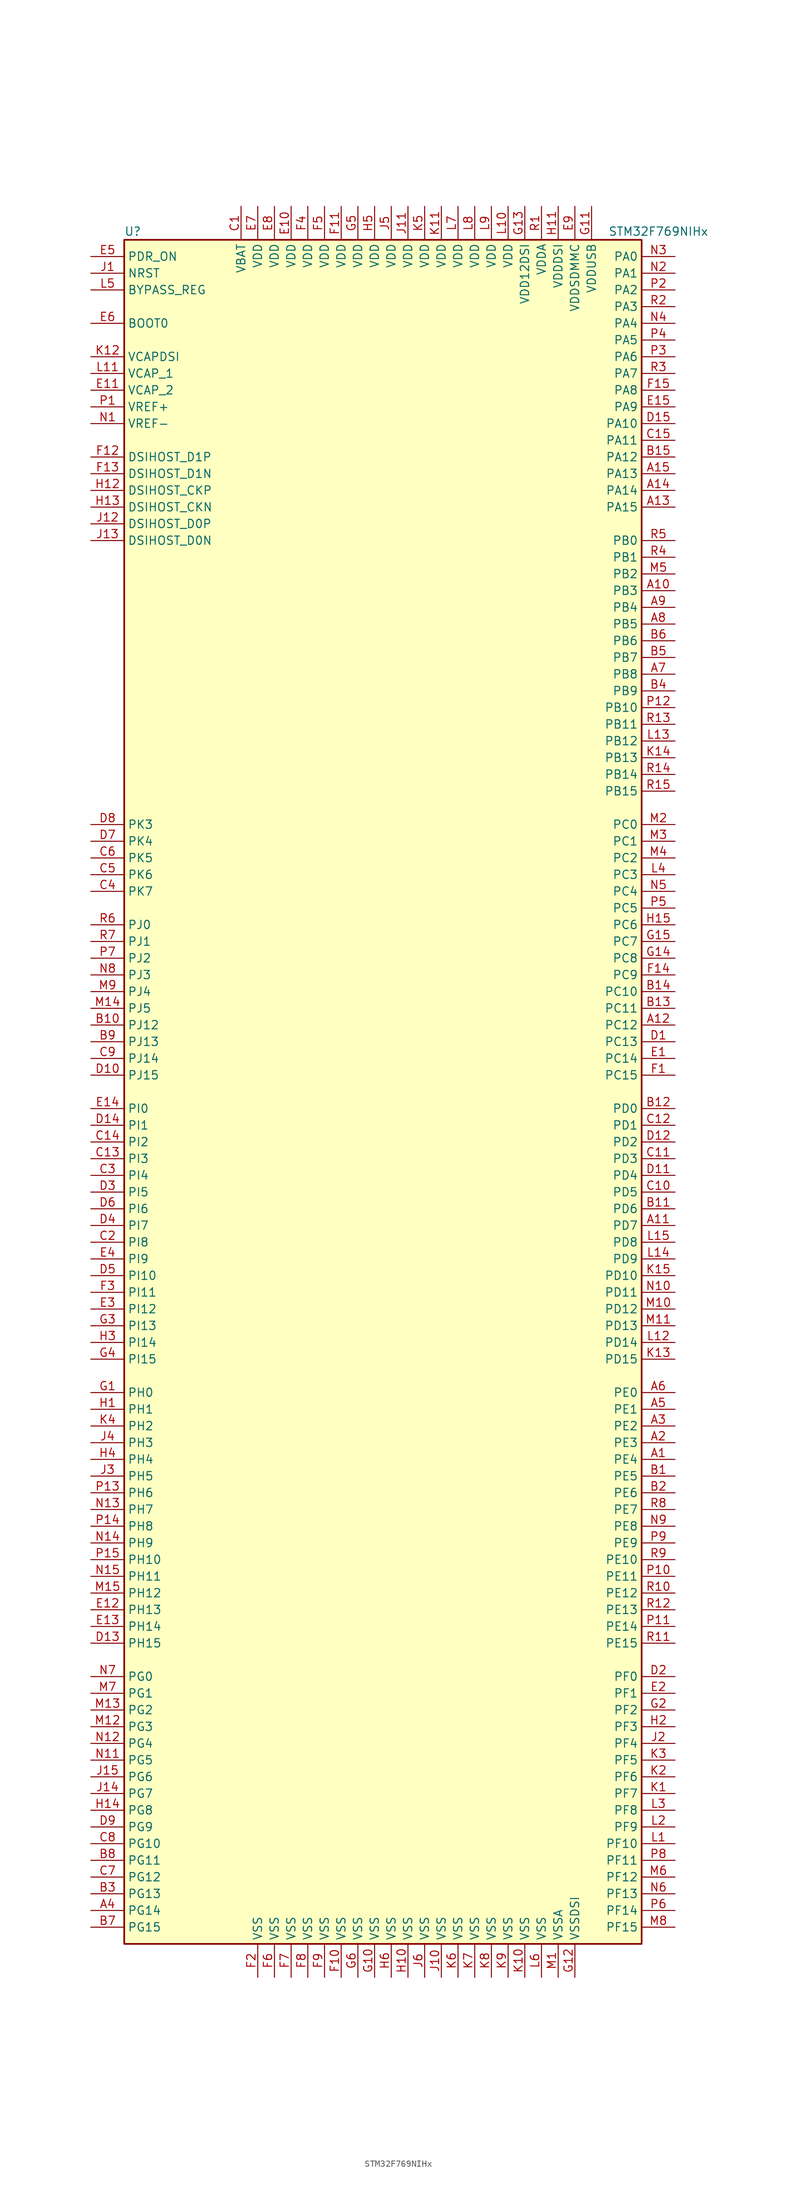
<source format=kicad_sym>
(kicad_symbol_lib
  (version 20201005)
  (generator kicad_symbol_editor)
  (symbol "STM32F769NIHx"
    (property "Reference" "U"
      (at -40.64 130.81 0)
      (effects (font (size 1.27 1.27)) (justify left)))
    (property "Value" "STM32F769NIHx"
      (at 33.02 130.81 0)
      (effects (font (size 1.27 1.27)) (justify left)))
    (symbol "STM32F769NIHx_0_1"
      (rectangle (start -40.64 -129.54) (end 38.1 129.54) (stroke (width 0.254)) (fill (type background))))
    (symbol "STM32F769NIHx_1_1"
      (pin input line (at -45.72 116.84 0) (length 5.08) (name "BOOT0" (effects (font (size 1.27 1.27)))) (number "E6" (effects (font (size 1.27 1.27)))))
      (pin input line (at -45.72 121.92 0) (length 5.08) (name "BYPASS_REG" (effects (font (size 1.27 1.27)))) (number "L5" (effects (font (size 1.27 1.27)))))
      (pin bidirectional line (at -45.72 88.9 0) (length 5.08) (name "DSIHOST_CKN" (effects (font (size 1.27 1.27)))) (number "H13" (effects (font (size 1.27 1.27)))))
      (pin bidirectional line (at -45.72 91.44 0) (length 5.08) (name "DSIHOST_CKP" (effects (font (size 1.27 1.27)))) (number "H12" (effects (font (size 1.27 1.27)))))
      (pin bidirectional line (at -45.72 83.82 0) (length 5.08) (name "DSIHOST_D0N" (effects (font (size 1.27 1.27)))) (number "J13" (effects (font (size 1.27 1.27)))))
      (pin bidirectional line (at -45.72 86.36 0) (length 5.08) (name "DSIHOST_D0P" (effects (font (size 1.27 1.27)))) (number "J12" (effects (font (size 1.27 1.27)))))
      (pin bidirectional line (at -45.72 93.98 0) (length 5.08) (name "DSIHOST_D1N" (effects (font (size 1.27 1.27)))) (number "F13" (effects (font (size 1.27 1.27)))))
      (pin bidirectional line (at -45.72 96.52 0) (length 5.08) (name "DSIHOST_D1P" (effects (font (size 1.27 1.27)))) (number "F12" (effects (font (size 1.27 1.27)))))
      (pin input line (at -45.72 124.46 0) (length 5.08) (name "NRST" (effects (font (size 1.27 1.27)))) (number "J1" (effects (font (size 1.27 1.27)))))
      (pin bidirectional line (at 43.18 127 180) (length 5.08) (name "PA0" (effects (font (size 1.27 1.27)))) (number "N3" (effects (font (size 1.27 1.27)))))
      (pin bidirectional line (at 43.18 124.46 180) (length 5.08) (name "PA1" (effects (font (size 1.27 1.27)))) (number "N2" (effects (font (size 1.27 1.27)))))
      (pin bidirectional line (at 43.18 101.6 180) (length 5.08) (name "PA10" (effects (font (size 1.27 1.27)))) (number "D15" (effects (font (size 1.27 1.27)))))
      (pin bidirectional line (at 43.18 99.06 180) (length 5.08) (name "PA11" (effects (font (size 1.27 1.27)))) (number "C15" (effects (font (size 1.27 1.27)))))
      (pin bidirectional line (at 43.18 96.52 180) (length 5.08) (name "PA12" (effects (font (size 1.27 1.27)))) (number "B15" (effects (font (size 1.27 1.27)))))
      (pin bidirectional line (at 43.18 93.98 180) (length 5.08) (name "PA13" (effects (font (size 1.27 1.27)))) (number "A15" (effects (font (size 1.27 1.27)))))
      (pin bidirectional line (at 43.18 91.44 180) (length 5.08) (name "PA14" (effects (font (size 1.27 1.27)))) (number "A14" (effects (font (size 1.27 1.27)))))
      (pin bidirectional line (at 43.18 88.9 180) (length 5.08) (name "PA15" (effects (font (size 1.27 1.27)))) (number "A13" (effects (font (size 1.27 1.27)))))
      (pin bidirectional line (at 43.18 121.92 180) (length 5.08) (name "PA2" (effects (font (size 1.27 1.27)))) (number "P2" (effects (font (size 1.27 1.27)))))
      (pin bidirectional line (at 43.18 119.38 180) (length 5.08) (name "PA3" (effects (font (size 1.27 1.27)))) (number "R2" (effects (font (size 1.27 1.27)))))
      (pin bidirectional line (at 43.18 116.84 180) (length 5.08) (name "PA4" (effects (font (size 1.27 1.27)))) (number "N4" (effects (font (size 1.27 1.27)))))
      (pin bidirectional line (at 43.18 114.3 180) (length 5.08) (name "PA5" (effects (font (size 1.27 1.27)))) (number "P4" (effects (font (size 1.27 1.27)))))
      (pin bidirectional line (at 43.18 111.76 180) (length 5.08) (name "PA6" (effects (font (size 1.27 1.27)))) (number "P3" (effects (font (size 1.27 1.27)))))
      (pin bidirectional line (at 43.18 109.22 180) (length 5.08) (name "PA7" (effects (font (size 1.27 1.27)))) (number "R3" (effects (font (size 1.27 1.27)))))
      (pin bidirectional line (at 43.18 106.68 180) (length 5.08) (name "PA8" (effects (font (size 1.27 1.27)))) (number "F15" (effects (font (size 1.27 1.27)))))
      (pin bidirectional line (at 43.18 104.14 180) (length 5.08) (name "PA9" (effects (font (size 1.27 1.27)))) (number "E15" (effects (font (size 1.27 1.27)))))
      (pin bidirectional line (at 43.18 83.82 180) (length 5.08) (name "PB0" (effects (font (size 1.27 1.27)))) (number "R5" (effects (font (size 1.27 1.27)))))
      (pin bidirectional line (at 43.18 81.28 180) (length 5.08) (name "PB1" (effects (font (size 1.27 1.27)))) (number "R4" (effects (font (size 1.27 1.27)))))
      (pin bidirectional line (at 43.18 58.42 180) (length 5.08) (name "PB10" (effects (font (size 1.27 1.27)))) (number "P12" (effects (font (size 1.27 1.27)))))
      (pin bidirectional line (at 43.18 55.88 180) (length 5.08) (name "PB11" (effects (font (size 1.27 1.27)))) (number "R13" (effects (font (size 1.27 1.27)))))
      (pin bidirectional line (at 43.18 53.34 180) (length 5.08) (name "PB12" (effects (font (size 1.27 1.27)))) (number "L13" (effects (font (size 1.27 1.27)))))
      (pin bidirectional line (at 43.18 50.8 180) (length 5.08) (name "PB13" (effects (font (size 1.27 1.27)))) (number "K14" (effects (font (size 1.27 1.27)))))
      (pin bidirectional line (at 43.18 48.26 180) (length 5.08) (name "PB14" (effects (font (size 1.27 1.27)))) (number "R14" (effects (font (size 1.27 1.27)))))
      (pin bidirectional line (at 43.18 45.72 180) (length 5.08) (name "PB15" (effects (font (size 1.27 1.27)))) (number "R15" (effects (font (size 1.27 1.27)))))
      (pin bidirectional line (at 43.18 78.74 180) (length 5.08) (name "PB2" (effects (font (size 1.27 1.27)))) (number "M5" (effects (font (size 1.27 1.27)))))
      (pin bidirectional line (at 43.18 76.2 180) (length 5.08) (name "PB3" (effects (font (size 1.27 1.27)))) (number "A10" (effects (font (size 1.27 1.27)))))
      (pin bidirectional line (at 43.18 73.66 180) (length 5.08) (name "PB4" (effects (font (size 1.27 1.27)))) (number "A9" (effects (font (size 1.27 1.27)))))
      (pin bidirectional line (at 43.18 71.12 180) (length 5.08) (name "PB5" (effects (font (size 1.27 1.27)))) (number "A8" (effects (font (size 1.27 1.27)))))
      (pin bidirectional line (at 43.18 68.58 180) (length 5.08) (name "PB6" (effects (font (size 1.27 1.27)))) (number "B6" (effects (font (size 1.27 1.27)))))
      (pin bidirectional line (at 43.18 66.04 180) (length 5.08) (name "PB7" (effects (font (size 1.27 1.27)))) (number "B5" (effects (font (size 1.27 1.27)))))
      (pin bidirectional line (at 43.18 63.5 180) (length 5.08) (name "PB8" (effects (font (size 1.27 1.27)))) (number "A7" (effects (font (size 1.27 1.27)))))
      (pin bidirectional line (at 43.18 60.96 180) (length 5.08) (name "PB9" (effects (font (size 1.27 1.27)))) (number "B4" (effects (font (size 1.27 1.27)))))
      (pin bidirectional line (at 43.18 40.64 180) (length 5.08) (name "PC0" (effects (font (size 1.27 1.27)))) (number "M2" (effects (font (size 1.27 1.27)))))
      (pin bidirectional line (at 43.18 38.1 180) (length 5.08) (name "PC1" (effects (font (size 1.27 1.27)))) (number "M3" (effects (font (size 1.27 1.27)))))
      (pin bidirectional line (at 43.18 15.24 180) (length 5.08) (name "PC10" (effects (font (size 1.27 1.27)))) (number "B14" (effects (font (size 1.27 1.27)))))
      (pin bidirectional line (at 43.18 12.7 180) (length 5.08) (name "PC11" (effects (font (size 1.27 1.27)))) (number "B13" (effects (font (size 1.27 1.27)))))
      (pin bidirectional line (at 43.18 10.16 180) (length 5.08) (name "PC12" (effects (font (size 1.27 1.27)))) (number "A12" (effects (font (size 1.27 1.27)))))
      (pin bidirectional line (at 43.18 7.62 180) (length 5.08) (name "PC13" (effects (font (size 1.27 1.27)))) (number "D1" (effects (font (size 1.27 1.27)))))
      (pin bidirectional line (at 43.18 5.08 180) (length 5.08) (name "PC14" (effects (font (size 1.27 1.27)))) (number "E1" (effects (font (size 1.27 1.27)))))
      (pin bidirectional line (at 43.18 2.54 180) (length 5.08) (name "PC15" (effects (font (size 1.27 1.27)))) (number "F1" (effects (font (size 1.27 1.27)))))
      (pin bidirectional line (at 43.18 35.56 180) (length 5.08) (name "PC2" (effects (font (size 1.27 1.27)))) (number "M4" (effects (font (size 1.27 1.27)))))
      (pin bidirectional line (at 43.18 33.02 180) (length 5.08) (name "PC3" (effects (font (size 1.27 1.27)))) (number "L4" (effects (font (size 1.27 1.27)))))
      (pin bidirectional line (at 43.18 30.48 180) (length 5.08) (name "PC4" (effects (font (size 1.27 1.27)))) (number "N5" (effects (font (size 1.27 1.27)))))
      (pin bidirectional line (at 43.18 27.94 180) (length 5.08) (name "PC5" (effects (font (size 1.27 1.27)))) (number "P5" (effects (font (size 1.27 1.27)))))
      (pin bidirectional line (at 43.18 25.4 180) (length 5.08) (name "PC6" (effects (font (size 1.27 1.27)))) (number "H15" (effects (font (size 1.27 1.27)))))
      (pin bidirectional line (at 43.18 22.86 180) (length 5.08) (name "PC7" (effects (font (size 1.27 1.27)))) (number "G15" (effects (font (size 1.27 1.27)))))
      (pin bidirectional line (at 43.18 20.32 180) (length 5.08) (name "PC8" (effects (font (size 1.27 1.27)))) (number "G14" (effects (font (size 1.27 1.27)))))
      (pin bidirectional line (at 43.18 17.78 180) (length 5.08) (name "PC9" (effects (font (size 1.27 1.27)))) (number "F14" (effects (font (size 1.27 1.27)))))
      (pin bidirectional line (at 43.18 -2.54 180) (length 5.08) (name "PD0" (effects (font (size 1.27 1.27)))) (number "B12" (effects (font (size 1.27 1.27)))))
      (pin bidirectional line (at 43.18 -5.08 180) (length 5.08) (name "PD1" (effects (font (size 1.27 1.27)))) (number "C12" (effects (font (size 1.27 1.27)))))
      (pin bidirectional line (at 43.18 -27.94 180) (length 5.08) (name "PD10" (effects (font (size 1.27 1.27)))) (number "K15" (effects (font (size 1.27 1.27)))))
      (pin bidirectional line (at 43.18 -30.48 180) (length 5.08) (name "PD11" (effects (font (size 1.27 1.27)))) (number "N10" (effects (font (size 1.27 1.27)))))
      (pin bidirectional line (at 43.18 -33.02 180) (length 5.08) (name "PD12" (effects (font (size 1.27 1.27)))) (number "M10" (effects (font (size 1.27 1.27)))))
      (pin bidirectional line (at 43.18 -35.56 180) (length 5.08) (name "PD13" (effects (font (size 1.27 1.27)))) (number "M11" (effects (font (size 1.27 1.27)))))
      (pin bidirectional line (at 43.18 -38.1 180) (length 5.08) (name "PD14" (effects (font (size 1.27 1.27)))) (number "L12" (effects (font (size 1.27 1.27)))))
      (pin bidirectional line (at 43.18 -40.64 180) (length 5.08) (name "PD15" (effects (font (size 1.27 1.27)))) (number "K13" (effects (font (size 1.27 1.27)))))
      (pin bidirectional line (at 43.18 -7.62 180) (length 5.08) (name "PD2" (effects (font (size 1.27 1.27)))) (number "D12" (effects (font (size 1.27 1.27)))))
      (pin bidirectional line (at 43.18 -10.16 180) (length 5.08) (name "PD3" (effects (font (size 1.27 1.27)))) (number "C11" (effects (font (size 1.27 1.27)))))
      (pin bidirectional line (at 43.18 -12.7 180) (length 5.08) (name "PD4" (effects (font (size 1.27 1.27)))) (number "D11" (effects (font (size 1.27 1.27)))))
      (pin bidirectional line (at 43.18 -15.24 180) (length 5.08) (name "PD5" (effects (font (size 1.27 1.27)))) (number "C10" (effects (font (size 1.27 1.27)))))
      (pin bidirectional line (at 43.18 -17.78 180) (length 5.08) (name "PD6" (effects (font (size 1.27 1.27)))) (number "B11" (effects (font (size 1.27 1.27)))))
      (pin bidirectional line (at 43.18 -20.32 180) (length 5.08) (name "PD7" (effects (font (size 1.27 1.27)))) (number "A11" (effects (font (size 1.27 1.27)))))
      (pin bidirectional line (at 43.18 -22.86 180) (length 5.08) (name "PD8" (effects (font (size 1.27 1.27)))) (number "L15" (effects (font (size 1.27 1.27)))))
      (pin bidirectional line (at 43.18 -25.4 180) (length 5.08) (name "PD9" (effects (font (size 1.27 1.27)))) (number "L14" (effects (font (size 1.27 1.27)))))
      (pin input line (at -45.72 127 0) (length 5.08) (name "PDR_ON" (effects (font (size 1.27 1.27)))) (number "E5" (effects (font (size 1.27 1.27)))))
      (pin bidirectional line (at 43.18 -45.72 180) (length 5.08) (name "PE0" (effects (font (size 1.27 1.27)))) (number "A6" (effects (font (size 1.27 1.27)))))
      (pin bidirectional line (at 43.18 -48.26 180) (length 5.08) (name "PE1" (effects (font (size 1.27 1.27)))) (number "A5" (effects (font (size 1.27 1.27)))))
      (pin bidirectional line (at 43.18 -71.12 180) (length 5.08) (name "PE10" (effects (font (size 1.27 1.27)))) (number "R9" (effects (font (size 1.27 1.27)))))
      (pin bidirectional line (at 43.18 -73.66 180) (length 5.08) (name "PE11" (effects (font (size 1.27 1.27)))) (number "P10" (effects (font (size 1.27 1.27)))))
      (pin bidirectional line (at 43.18 -76.2 180) (length 5.08) (name "PE12" (effects (font (size 1.27 1.27)))) (number "R10" (effects (font (size 1.27 1.27)))))
      (pin bidirectional line (at 43.18 -78.74 180) (length 5.08) (name "PE13" (effects (font (size 1.27 1.27)))) (number "R12" (effects (font (size 1.27 1.27)))))
      (pin bidirectional line (at 43.18 -81.28 180) (length 5.08) (name "PE14" (effects (font (size 1.27 1.27)))) (number "P11" (effects (font (size 1.27 1.27)))))
      (pin bidirectional line (at 43.18 -83.82 180) (length 5.08) (name "PE15" (effects (font (size 1.27 1.27)))) (number "R11" (effects (font (size 1.27 1.27)))))
      (pin bidirectional line (at 43.18 -50.8 180) (length 5.08) (name "PE2" (effects (font (size 1.27 1.27)))) (number "A3" (effects (font (size 1.27 1.27)))))
      (pin bidirectional line (at 43.18 -53.34 180) (length 5.08) (name "PE3" (effects (font (size 1.27 1.27)))) (number "A2" (effects (font (size 1.27 1.27)))))
      (pin bidirectional line (at 43.18 -55.88 180) (length 5.08) (name "PE4" (effects (font (size 1.27 1.27)))) (number "A1" (effects (font (size 1.27 1.27)))))
      (pin bidirectional line (at 43.18 -58.42 180) (length 5.08) (name "PE5" (effects (font (size 1.27 1.27)))) (number "B1" (effects (font (size 1.27 1.27)))))
      (pin bidirectional line (at 43.18 -60.96 180) (length 5.08) (name "PE6" (effects (font (size 1.27 1.27)))) (number "B2" (effects (font (size 1.27 1.27)))))
      (pin bidirectional line (at 43.18 -63.5 180) (length 5.08) (name "PE7" (effects (font (size 1.27 1.27)))) (number "R8" (effects (font (size 1.27 1.27)))))
      (pin bidirectional line (at 43.18 -66.04 180) (length 5.08) (name "PE8" (effects (font (size 1.27 1.27)))) (number "N9" (effects (font (size 1.27 1.27)))))
      (pin bidirectional line (at 43.18 -68.58 180) (length 5.08) (name "PE9" (effects (font (size 1.27 1.27)))) (number "P9" (effects (font (size 1.27 1.27)))))
      (pin bidirectional line (at 43.18 -88.9 180) (length 5.08) (name "PF0" (effects (font (size 1.27 1.27)))) (number "D2" (effects (font (size 1.27 1.27)))))
      (pin bidirectional line (at 43.18 -91.44 180) (length 5.08) (name "PF1" (effects (font (size 1.27 1.27)))) (number "E2" (effects (font (size 1.27 1.27)))))
      (pin bidirectional line (at 43.18 -114.3 180) (length 5.08) (name "PF10" (effects (font (size 1.27 1.27)))) (number "L1" (effects (font (size 1.27 1.27)))))
      (pin bidirectional line (at 43.18 -116.84 180) (length 5.08) (name "PF11" (effects (font (size 1.27 1.27)))) (number "P8" (effects (font (size 1.27 1.27)))))
      (pin bidirectional line (at 43.18 -119.38 180) (length 5.08) (name "PF12" (effects (font (size 1.27 1.27)))) (number "M6" (effects (font (size 1.27 1.27)))))
      (pin bidirectional line (at 43.18 -121.92 180) (length 5.08) (name "PF13" (effects (font (size 1.27 1.27)))) (number "N6" (effects (font (size 1.27 1.27)))))
      (pin bidirectional line (at 43.18 -124.46 180) (length 5.08) (name "PF14" (effects (font (size 1.27 1.27)))) (number "P6" (effects (font (size 1.27 1.27)))))
      (pin bidirectional line (at 43.18 -127 180) (length 5.08) (name "PF15" (effects (font (size 1.27 1.27)))) (number "M8" (effects (font (size 1.27 1.27)))))
      (pin bidirectional line (at 43.18 -93.98 180) (length 5.08) (name "PF2" (effects (font (size 1.27 1.27)))) (number "G2" (effects (font (size 1.27 1.27)))))
      (pin bidirectional line (at 43.18 -96.52 180) (length 5.08) (name "PF3" (effects (font (size 1.27 1.27)))) (number "H2" (effects (font (size 1.27 1.27)))))
      (pin bidirectional line (at 43.18 -99.06 180) (length 5.08) (name "PF4" (effects (font (size 1.27 1.27)))) (number "J2" (effects (font (size 1.27 1.27)))))
      (pin bidirectional line (at 43.18 -101.6 180) (length 5.08) (name "PF5" (effects (font (size 1.27 1.27)))) (number "K3" (effects (font (size 1.27 1.27)))))
      (pin bidirectional line (at 43.18 -104.14 180) (length 5.08) (name "PF6" (effects (font (size 1.27 1.27)))) (number "K2" (effects (font (size 1.27 1.27)))))
      (pin bidirectional line (at 43.18 -106.68 180) (length 5.08) (name "PF7" (effects (font (size 1.27 1.27)))) (number "K1" (effects (font (size 1.27 1.27)))))
      (pin bidirectional line (at 43.18 -109.22 180) (length 5.08) (name "PF8" (effects (font (size 1.27 1.27)))) (number "L3" (effects (font (size 1.27 1.27)))))
      (pin bidirectional line (at 43.18 -111.76 180) (length 5.08) (name "PF9" (effects (font (size 1.27 1.27)))) (number "L2" (effects (font (size 1.27 1.27)))))
      (pin bidirectional line (at -45.72 -88.9 0) (length 5.08) (name "PG0" (effects (font (size 1.27 1.27)))) (number "N7" (effects (font (size 1.27 1.27)))))
      (pin bidirectional line (at -45.72 -91.44 0) (length 5.08) (name "PG1" (effects (font (size 1.27 1.27)))) (number "M7" (effects (font (size 1.27 1.27)))))
      (pin bidirectional line (at -45.72 -114.3 0) (length 5.08) (name "PG10" (effects (font (size 1.27 1.27)))) (number "C8" (effects (font (size 1.27 1.27)))))
      (pin bidirectional line (at -45.72 -116.84 0) (length 5.08) (name "PG11" (effects (font (size 1.27 1.27)))) (number "B8" (effects (font (size 1.27 1.27)))))
      (pin bidirectional line (at -45.72 -119.38 0) (length 5.08) (name "PG12" (effects (font (size 1.27 1.27)))) (number "C7" (effects (font (size 1.27 1.27)))))
      (pin bidirectional line (at -45.72 -121.92 0) (length 5.08) (name "PG13" (effects (font (size 1.27 1.27)))) (number "B3" (effects (font (size 1.27 1.27)))))
      (pin bidirectional line (at -45.72 -124.46 0) (length 5.08) (name "PG14" (effects (font (size 1.27 1.27)))) (number "A4" (effects (font (size 1.27 1.27)))))
      (pin bidirectional line (at -45.72 -127 0) (length 5.08) (name "PG15" (effects (font (size 1.27 1.27)))) (number "B7" (effects (font (size 1.27 1.27)))))
      (pin bidirectional line (at -45.72 -93.98 0) (length 5.08) (name "PG2" (effects (font (size 1.27 1.27)))) (number "M13" (effects (font (size 1.27 1.27)))))
      (pin bidirectional line (at -45.72 -96.52 0) (length 5.08) (name "PG3" (effects (font (size 1.27 1.27)))) (number "M12" (effects (font (size 1.27 1.27)))))
      (pin bidirectional line (at -45.72 -99.06 0) (length 5.08) (name "PG4" (effects (font (size 1.27 1.27)))) (number "N12" (effects (font (size 1.27 1.27)))))
      (pin bidirectional line (at -45.72 -101.6 0) (length 5.08) (name "PG5" (effects (font (size 1.27 1.27)))) (number "N11" (effects (font (size 1.27 1.27)))))
      (pin bidirectional line (at -45.72 -104.14 0) (length 5.08) (name "PG6" (effects (font (size 1.27 1.27)))) (number "J15" (effects (font (size 1.27 1.27)))))
      (pin bidirectional line (at -45.72 -106.68 0) (length 5.08) (name "PG7" (effects (font (size 1.27 1.27)))) (number "J14" (effects (font (size 1.27 1.27)))))
      (pin bidirectional line (at -45.72 -109.22 0) (length 5.08) (name "PG8" (effects (font (size 1.27 1.27)))) (number "H14" (effects (font (size 1.27 1.27)))))
      (pin bidirectional line (at -45.72 -111.76 0) (length 5.08) (name "PG9" (effects (font (size 1.27 1.27)))) (number "D9" (effects (font (size 1.27 1.27)))))
      (pin input line (at -45.72 -45.72 0) (length 5.08) (name "PH0" (effects (font (size 1.27 1.27)))) (number "G1" (effects (font (size 1.27 1.27)))))
      (pin input line (at -45.72 -48.26 0) (length 5.08) (name "PH1" (effects (font (size 1.27 1.27)))) (number "H1" (effects (font (size 1.27 1.27)))))
      (pin bidirectional line (at -45.72 -71.12 0) (length 5.08) (name "PH10" (effects (font (size 1.27 1.27)))) (number "P15" (effects (font (size 1.27 1.27)))))
      (pin bidirectional line (at -45.72 -73.66 0) (length 5.08) (name "PH11" (effects (font (size 1.27 1.27)))) (number "N15" (effects (font (size 1.27 1.27)))))
      (pin bidirectional line (at -45.72 -76.2 0) (length 5.08) (name "PH12" (effects (font (size 1.27 1.27)))) (number "M15" (effects (font (size 1.27 1.27)))))
      (pin bidirectional line (at -45.72 -78.74 0) (length 5.08) (name "PH13" (effects (font (size 1.27 1.27)))) (number "E12" (effects (font (size 1.27 1.27)))))
      (pin bidirectional line (at -45.72 -81.28 0) (length 5.08) (name "PH14" (effects (font (size 1.27 1.27)))) (number "E13" (effects (font (size 1.27 1.27)))))
      (pin bidirectional line (at -45.72 -83.82 0) (length 5.08) (name "PH15" (effects (font (size 1.27 1.27)))) (number "D13" (effects (font (size 1.27 1.27)))))
      (pin bidirectional line (at -45.72 -50.8 0) (length 5.08) (name "PH2" (effects (font (size 1.27 1.27)))) (number "K4" (effects (font (size 1.27 1.27)))))
      (pin bidirectional line (at -45.72 -53.34 0) (length 5.08) (name "PH3" (effects (font (size 1.27 1.27)))) (number "J4" (effects (font (size 1.27 1.27)))))
      (pin bidirectional line (at -45.72 -55.88 0) (length 5.08) (name "PH4" (effects (font (size 1.27 1.27)))) (number "H4" (effects (font (size 1.27 1.27)))))
      (pin bidirectional line (at -45.72 -58.42 0) (length 5.08) (name "PH5" (effects (font (size 1.27 1.27)))) (number "J3" (effects (font (size 1.27 1.27)))))
      (pin bidirectional line (at -45.72 -60.96 0) (length 5.08) (name "PH6" (effects (font (size 1.27 1.27)))) (number "P13" (effects (font (size 1.27 1.27)))))
      (pin bidirectional line (at -45.72 -63.5 0) (length 5.08) (name "PH7" (effects (font (size 1.27 1.27)))) (number "N13" (effects (font (size 1.27 1.27)))))
      (pin bidirectional line (at -45.72 -66.04 0) (length 5.08) (name "PH8" (effects (font (size 1.27 1.27)))) (number "P14" (effects (font (size 1.27 1.27)))))
      (pin bidirectional line (at -45.72 -68.58 0) (length 5.08) (name "PH9" (effects (font (size 1.27 1.27)))) (number "N14" (effects (font (size 1.27 1.27)))))
      (pin bidirectional line (at -45.72 -2.54 0) (length 5.08) (name "PI0" (effects (font (size 1.27 1.27)))) (number "E14" (effects (font (size 1.27 1.27)))))
      (pin bidirectional line (at -45.72 -5.08 0) (length 5.08) (name "PI1" (effects (font (size 1.27 1.27)))) (number "D14" (effects (font (size 1.27 1.27)))))
      (pin bidirectional line (at -45.72 -27.94 0) (length 5.08) (name "PI10" (effects (font (size 1.27 1.27)))) (number "D5" (effects (font (size 1.27 1.27)))))
      (pin bidirectional line (at -45.72 -30.48 0) (length 5.08) (name "PI11" (effects (font (size 1.27 1.27)))) (number "F3" (effects (font (size 1.27 1.27)))))
      (pin bidirectional line (at -45.72 -33.02 0) (length 5.08) (name "PI12" (effects (font (size 1.27 1.27)))) (number "E3" (effects (font (size 1.27 1.27)))))
      (pin bidirectional line (at -45.72 -35.56 0) (length 5.08) (name "PI13" (effects (font (size 1.27 1.27)))) (number "G3" (effects (font (size 1.27 1.27)))))
      (pin bidirectional line (at -45.72 -38.1 0) (length 5.08) (name "PI14" (effects (font (size 1.27 1.27)))) (number "H3" (effects (font (size 1.27 1.27)))))
      (pin bidirectional line (at -45.72 -40.64 0) (length 5.08) (name "PI15" (effects (font (size 1.27 1.27)))) (number "G4" (effects (font (size 1.27 1.27)))))
      (pin bidirectional line (at -45.72 -7.62 0) (length 5.08) (name "PI2" (effects (font (size 1.27 1.27)))) (number "C14" (effects (font (size 1.27 1.27)))))
      (pin bidirectional line (at -45.72 -10.16 0) (length 5.08) (name "PI3" (effects (font (size 1.27 1.27)))) (number "C13" (effects (font (size 1.27 1.27)))))
      (pin bidirectional line (at -45.72 -12.7 0) (length 5.08) (name "PI4" (effects (font (size 1.27 1.27)))) (number "C3" (effects (font (size 1.27 1.27)))))
      (pin bidirectional line (at -45.72 -15.24 0) (length 5.08) (name "PI5" (effects (font (size 1.27 1.27)))) (number "D3" (effects (font (size 1.27 1.27)))))
      (pin bidirectional line (at -45.72 -17.78 0) (length 5.08) (name "PI6" (effects (font (size 1.27 1.27)))) (number "D6" (effects (font (size 1.27 1.27)))))
      (pin bidirectional line (at -45.72 -20.32 0) (length 5.08) (name "PI7" (effects (font (size 1.27 1.27)))) (number "D4" (effects (font (size 1.27 1.27)))))
      (pin bidirectional line (at -45.72 -22.86 0) (length 5.08) (name "PI8" (effects (font (size 1.27 1.27)))) (number "C2" (effects (font (size 1.27 1.27)))))
      (pin bidirectional line (at -45.72 -25.4 0) (length 5.08) (name "PI9" (effects (font (size 1.27 1.27)))) (number "E4" (effects (font (size 1.27 1.27)))))
      (pin bidirectional line (at -45.72 25.4 0) (length 5.08) (name "PJ0" (effects (font (size 1.27 1.27)))) (number "R6" (effects (font (size 1.27 1.27)))))
      (pin bidirectional line (at -45.72 22.86 0) (length 5.08) (name "PJ1" (effects (font (size 1.27 1.27)))) (number "R7" (effects (font (size 1.27 1.27)))))
      (pin bidirectional line (at -45.72 10.16 0) (length 5.08) (name "PJ12" (effects (font (size 1.27 1.27)))) (number "B10" (effects (font (size 1.27 1.27)))))
      (pin bidirectional line (at -45.72 7.62 0) (length 5.08) (name "PJ13" (effects (font (size 1.27 1.27)))) (number "B9" (effects (font (size 1.27 1.27)))))
      (pin bidirectional line (at -45.72 5.08 0) (length 5.08) (name "PJ14" (effects (font (size 1.27 1.27)))) (number "C9" (effects (font (size 1.27 1.27)))))
      (pin bidirectional line (at -45.72 2.54 0) (length 5.08) (name "PJ15" (effects (font (size 1.27 1.27)))) (number "D10" (effects (font (size 1.27 1.27)))))
      (pin bidirectional line (at -45.72 20.32 0) (length 5.08) (name "PJ2" (effects (font (size 1.27 1.27)))) (number "P7" (effects (font (size 1.27 1.27)))))
      (pin bidirectional line (at -45.72 17.78 0) (length 5.08) (name "PJ3" (effects (font (size 1.27 1.27)))) (number "N8" (effects (font (size 1.27 1.27)))))
      (pin bidirectional line (at -45.72 15.24 0) (length 5.08) (name "PJ4" (effects (font (size 1.27 1.27)))) (number "M9" (effects (font (size 1.27 1.27)))))
      (pin bidirectional line (at -45.72 12.7 0) (length 5.08) (name "PJ5" (effects (font (size 1.27 1.27)))) (number "M14" (effects (font (size 1.27 1.27)))))
      (pin bidirectional line (at -45.72 40.64 0) (length 5.08) (name "PK3" (effects (font (size 1.27 1.27)))) (number "D8" (effects (font (size 1.27 1.27)))))
      (pin bidirectional line (at -45.72 38.1 0) (length 5.08) (name "PK4" (effects (font (size 1.27 1.27)))) (number "D7" (effects (font (size 1.27 1.27)))))
      (pin bidirectional line (at -45.72 35.56 0) (length 5.08) (name "PK5" (effects (font (size 1.27 1.27)))) (number "C6" (effects (font (size 1.27 1.27)))))
      (pin bidirectional line (at -45.72 33.02 0) (length 5.08) (name "PK6" (effects (font (size 1.27 1.27)))) (number "C5" (effects (font (size 1.27 1.27)))))
      (pin bidirectional line (at -45.72 30.48 0) (length 5.08) (name "PK7" (effects (font (size 1.27 1.27)))) (number "C4" (effects (font (size 1.27 1.27)))))
      (pin power_in line (at -22.86 134.62 270) (length 5.08) (name "VBAT" (effects (font (size 1.27 1.27)))) (number "C1" (effects (font (size 1.27 1.27)))))
      (pin power_in line (at -45.72 111.76 0) (length 5.08) (name "VCAPDSI" (effects (font (size 1.27 1.27)))) (number "K12" (effects (font (size 1.27 1.27)))))
      (pin power_in line (at -45.72 109.22 0) (length 5.08) (name "VCAP_1" (effects (font (size 1.27 1.27)))) (number "L11" (effects (font (size 1.27 1.27)))))
      (pin power_in line (at -45.72 106.68 0) (length 5.08) (name "VCAP_2" (effects (font (size 1.27 1.27)))) (number "E11" (effects (font (size 1.27 1.27)))))
      (pin power_in line (at -15.24 134.62 270) (length 5.08) (name "VDD" (effects (font (size 1.27 1.27)))) (number "E10" (effects (font (size 1.27 1.27)))))
      (pin power_in line (at -20.32 134.62 270) (length 5.08) (name "VDD" (effects (font (size 1.27 1.27)))) (number "E7" (effects (font (size 1.27 1.27)))))
      (pin power_in line (at -17.78 134.62 270) (length 5.08) (name "VDD" (effects (font (size 1.27 1.27)))) (number "E8" (effects (font (size 1.27 1.27)))))
      (pin power_in line (at -7.62 134.62 270) (length 5.08) (name "VDD" (effects (font (size 1.27 1.27)))) (number "F11" (effects (font (size 1.27 1.27)))))
      (pin power_in line (at -12.7 134.62 270) (length 5.08) (name "VDD" (effects (font (size 1.27 1.27)))) (number "F4" (effects (font (size 1.27 1.27)))))
      (pin power_in line (at -10.16 134.62 270) (length 5.08) (name "VDD" (effects (font (size 1.27 1.27)))) (number "F5" (effects (font (size 1.27 1.27)))))
      (pin power_in line (at -5.08 134.62 270) (length 5.08) (name "VDD" (effects (font (size 1.27 1.27)))) (number "G5" (effects (font (size 1.27 1.27)))))
      (pin power_in line (at -2.54 134.62 270) (length 5.08) (name "VDD" (effects (font (size 1.27 1.27)))) (number "H5" (effects (font (size 1.27 1.27)))))
      (pin power_in line (at 2.54 134.62 270) (length 5.08) (name "VDD" (effects (font (size 1.27 1.27)))) (number "J11" (effects (font (size 1.27 1.27)))))
      (pin power_in line (at 0 134.62 270) (length 5.08) (name "VDD" (effects (font (size 1.27 1.27)))) (number "J5" (effects (font (size 1.27 1.27)))))
      (pin power_in line (at 7.62 134.62 270) (length 5.08) (name "VDD" (effects (font (size 1.27 1.27)))) (number "K11" (effects (font (size 1.27 1.27)))))
      (pin power_in line (at 5.08 134.62 270) (length 5.08) (name "VDD" (effects (font (size 1.27 1.27)))) (number "K5" (effects (font (size 1.27 1.27)))))
      (pin power_in line (at 17.78 134.62 270) (length 5.08) (name "VDD" (effects (font (size 1.27 1.27)))) (number "L10" (effects (font (size 1.27 1.27)))))
      (pin power_in line (at 10.16 134.62 270) (length 5.08) (name "VDD" (effects (font (size 1.27 1.27)))) (number "L7" (effects (font (size 1.27 1.27)))))
      (pin power_in line (at 12.7 134.62 270) (length 5.08) (name "VDD" (effects (font (size 1.27 1.27)))) (number "L8" (effects (font (size 1.27 1.27)))))
      (pin power_in line (at 15.24 134.62 270) (length 5.08) (name "VDD" (effects (font (size 1.27 1.27)))) (number "L9" (effects (font (size 1.27 1.27)))))
      (pin power_in line (at 20.32 134.62 270) (length 5.08) (name "VDD12DSI" (effects (font (size 1.27 1.27)))) (number "G13" (effects (font (size 1.27 1.27)))))
      (pin power_in line (at 22.86 134.62 270) (length 5.08) (name "VDDA" (effects (font (size 1.27 1.27)))) (number "R1" (effects (font (size 1.27 1.27)))))
      (pin power_in line (at 25.4 134.62 270) (length 5.08) (name "VDDDSI" (effects (font (size 1.27 1.27)))) (number "H11" (effects (font (size 1.27 1.27)))))
      (pin power_in line (at 27.94 134.62 270) (length 5.08) (name "VDDSDMMC" (effects (font (size 1.27 1.27)))) (number "E9" (effects (font (size 1.27 1.27)))))
      (pin power_in line (at 30.48 134.62 270) (length 5.08) (name "VDDUSB" (effects (font (size 1.27 1.27)))) (number "G11" (effects (font (size 1.27 1.27)))))
      (pin power_in line (at -45.72 104.14 0) (length 5.08) (name "VREF+" (effects (font (size 1.27 1.27)))) (number "P1" (effects (font (size 1.27 1.27)))))
      (pin power_in line (at -45.72 101.6 0) (length 5.08) (name "VREF-" (effects (font (size 1.27 1.27)))) (number "N1" (effects (font (size 1.27 1.27)))))
      (pin power_in line (at -7.62 -134.62 90) (length 5.08) (name "VSS" (effects (font (size 1.27 1.27)))) (number "F10" (effects (font (size 1.27 1.27)))))
      (pin power_in line (at -20.32 -134.62 90) (length 5.08) (name "VSS" (effects (font (size 1.27 1.27)))) (number "F2" (effects (font (size 1.27 1.27)))))
      (pin power_in line (at -17.78 -134.62 90) (length 5.08) (name "VSS" (effects (font (size 1.27 1.27)))) (number "F6" (effects (font (size 1.27 1.27)))))
      (pin power_in line (at -15.24 -134.62 90) (length 5.08) (name "VSS" (effects (font (size 1.27 1.27)))) (number "F7" (effects (font (size 1.27 1.27)))))
      (pin power_in line (at -12.7 -134.62 90) (length 5.08) (name "VSS" (effects (font (size 1.27 1.27)))) (number "F8" (effects (font (size 1.27 1.27)))))
      (pin power_in line (at -10.16 -134.62 90) (length 5.08) (name "VSS" (effects (font (size 1.27 1.27)))) (number "F9" (effects (font (size 1.27 1.27)))))
      (pin power_in line (at -2.54 -134.62 90) (length 5.08) (name "VSS" (effects (font (size 1.27 1.27)))) (number "G10" (effects (font (size 1.27 1.27)))))
      (pin power_in line (at -5.08 -134.62 90) (length 5.08) (name "VSS" (effects (font (size 1.27 1.27)))) (number "G6" (effects (font (size 1.27 1.27)))))
      (pin power_in line (at 2.54 -134.62 90) (length 5.08) (name "VSS" (effects (font (size 1.27 1.27)))) (number "H10" (effects (font (size 1.27 1.27)))))
      (pin power_in line (at 0 -134.62 90) (length 5.08) (name "VSS" (effects (font (size 1.27 1.27)))) (number "H6" (effects (font (size 1.27 1.27)))))
      (pin power_in line (at 7.62 -134.62 90) (length 5.08) (name "VSS" (effects (font (size 1.27 1.27)))) (number "J10" (effects (font (size 1.27 1.27)))))
      (pin power_in line (at 5.08 -134.62 90) (length 5.08) (name "VSS" (effects (font (size 1.27 1.27)))) (number "J6" (effects (font (size 1.27 1.27)))))
      (pin power_in line (at 20.32 -134.62 90) (length 5.08) (name "VSS" (effects (font (size 1.27 1.27)))) (number "K10" (effects (font (size 1.27 1.27)))))
      (pin power_in line (at 10.16 -134.62 90) (length 5.08) (name "VSS" (effects (font (size 1.27 1.27)))) (number "K6" (effects (font (size 1.27 1.27)))))
      (pin power_in line (at 12.7 -134.62 90) (length 5.08) (name "VSS" (effects (font (size 1.27 1.27)))) (number "K7" (effects (font (size 1.27 1.27)))))
      (pin power_in line (at 15.24 -134.62 90) (length 5.08) (name "VSS" (effects (font (size 1.27 1.27)))) (number "K8" (effects (font (size 1.27 1.27)))))
      (pin power_in line (at 17.78 -134.62 90) (length 5.08) (name "VSS" (effects (font (size 1.27 1.27)))) (number "K9" (effects (font (size 1.27 1.27)))))
      (pin power_in line (at 22.86 -134.62 90) (length 5.08) (name "VSS" (effects (font (size 1.27 1.27)))) (number "L6" (effects (font (size 1.27 1.27)))))
      (pin power_in line (at 25.4 -134.62 90) (length 5.08) (name "VSSA" (effects (font (size 1.27 1.27)))) (number "M1" (effects (font (size 1.27 1.27)))))
      (pin power_in line (at 27.94 -134.62 90) (length 5.08) (name "VSSDSI" (effects (font (size 1.27 1.27)))) (number "G12" (effects (font (size 1.27 1.27))))))))
</source>
